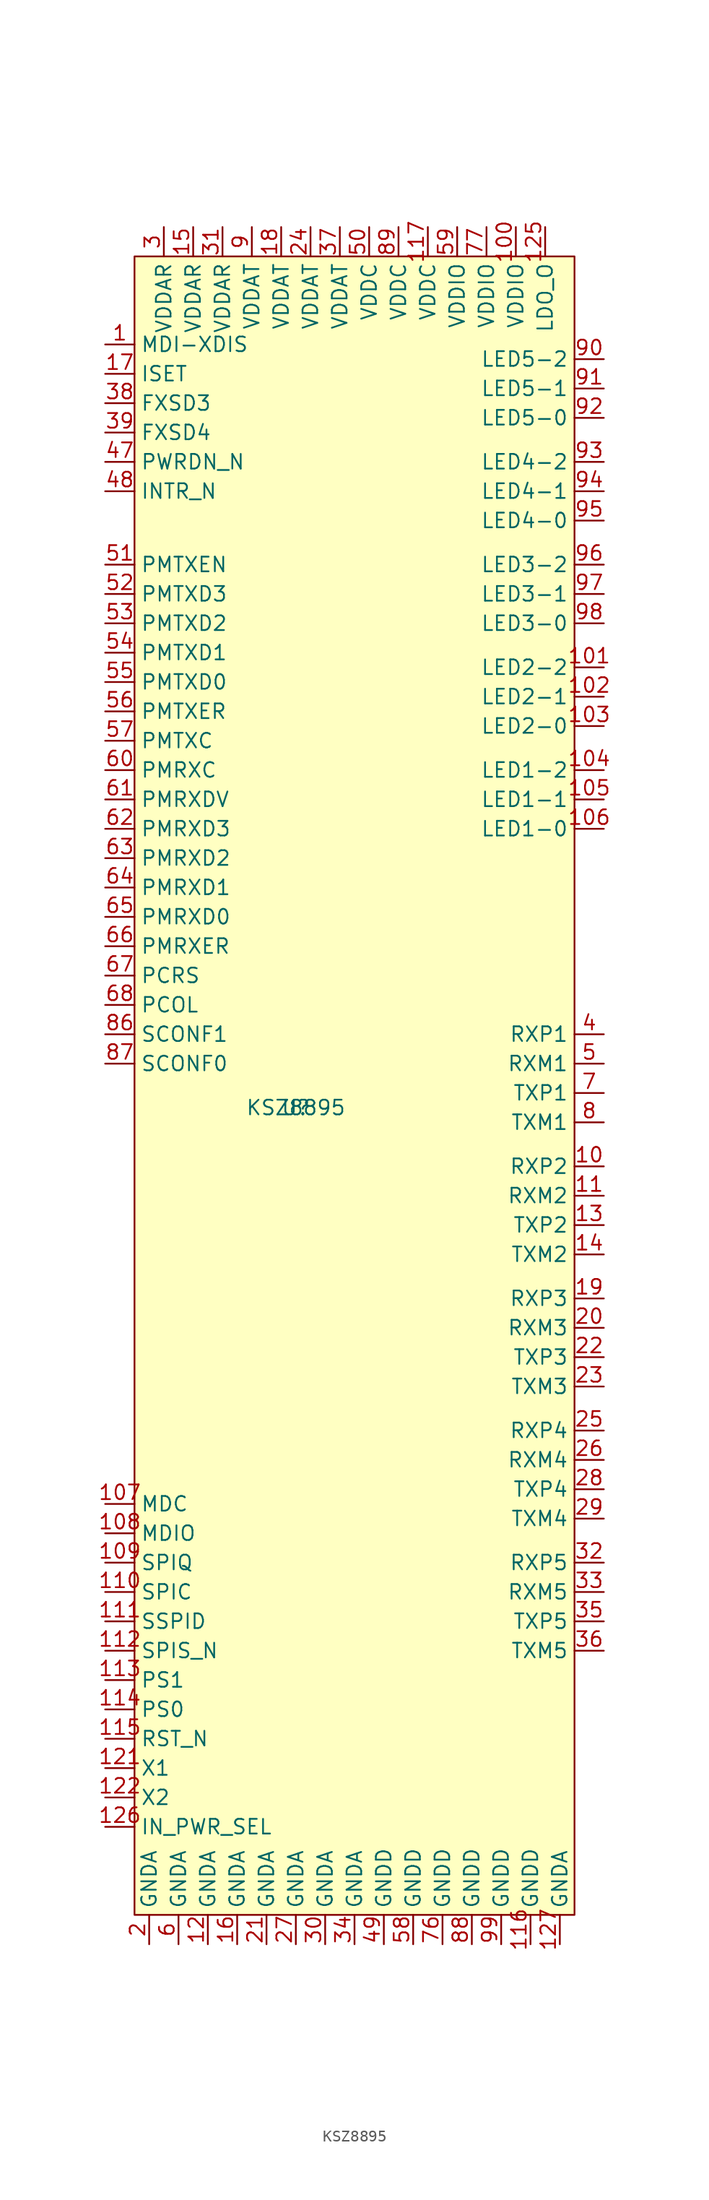
<source format=kicad_sym>
(kicad_symbol_lib
  (version 20211014)
  (generator kicad_symbol_editor)
  (symbol "KSZ8895"
    (property "Reference" "U"
      (at 0 0 0)
      (effects (font (size 1.27 1.27))))
    (property "Value" "KSZ8895"
      (at 0 0 0)
      (effects (font (size 1.27 1.27))))
    (symbol "KSZ8895_0_1"
      (rectangle (start -13.97 73.66) (end 24.13 -69.85) (stroke (width 0) (type default) (color 0 0 0 0)) (fill (type background))))
    (symbol "KSZ8895_1_1"
      (pin input line (at -16.51 66.04 0) (length 2.54) (name "MDI-XDIS" (effects (font (size 1.27 1.27)))) (number "1" (effects (font (size 1.27 1.27)))))
      (pin bidirectional line (at 26.67 -5.08 180) (length 2.54) (name "RXP2" (effects (font (size 1.27 1.27)))) (number "10" (effects (font (size 1.27 1.27)))))
      (pin power_in line (at 19.05 76.2 270) (length 2.54) (name "VDDIO" (effects (font (size 1.27 1.27)))) (number "100" (effects (font (size 1.27 1.27)))))
      (pin output line (at 26.67 38.1 180) (length 2.54) (name "LED2-2" (effects (font (size 1.27 1.27)))) (number "101" (effects (font (size 1.27 1.27)))))
      (pin output line (at 26.67 35.56 180) (length 2.54) (name "LED2-1" (effects (font (size 1.27 1.27)))) (number "102" (effects (font (size 1.27 1.27)))))
      (pin output line (at 26.67 33.02 180) (length 2.54) (name "LED2-0" (effects (font (size 1.27 1.27)))) (number "103" (effects (font (size 1.27 1.27)))))
      (pin output line (at 26.67 29.21 180) (length 2.54) (name "LED1-2" (effects (font (size 1.27 1.27)))) (number "104" (effects (font (size 1.27 1.27)))))
      (pin output line (at 26.67 26.67 180) (length 2.54) (name "LED1-1" (effects (font (size 1.27 1.27)))) (number "105" (effects (font (size 1.27 1.27)))))
      (pin output line (at 26.67 24.13 180) (length 2.54) (name "LED1-0" (effects (font (size 1.27 1.27)))) (number "106" (effects (font (size 1.27 1.27)))))
      (pin input line (at -16.51 -34.29 0) (length 2.54) (name "MDC" (effects (font (size 1.27 1.27)))) (number "107" (effects (font (size 1.27 1.27)))))
      (pin input line (at -16.51 -36.83 0) (length 2.54) (name "MDIO" (effects (font (size 1.27 1.27)))) (number "108" (effects (font (size 1.27 1.27)))))
      (pin input line (at -16.51 -39.37 0) (length 2.54) (name "SPIQ" (effects (font (size 1.27 1.27)))) (number "109" (effects (font (size 1.27 1.27)))))
      (pin bidirectional line (at 26.67 -7.62 180) (length 2.54) (name "RXM2" (effects (font (size 1.27 1.27)))) (number "11" (effects (font (size 1.27 1.27)))))
      (pin input line (at -16.51 -41.91 0) (length 2.54) (name "SPIC" (effects (font (size 1.27 1.27)))) (number "110" (effects (font (size 1.27 1.27)))))
      (pin input line (at -16.51 -44.45 0) (length 2.54) (name "SSPID" (effects (font (size 1.27 1.27)))) (number "111" (effects (font (size 1.27 1.27)))))
      (pin input line (at -16.51 -46.99 0) (length 2.54) (name "SPIS_N" (effects (font (size 1.27 1.27)))) (number "112" (effects (font (size 1.27 1.27)))))
      (pin input line (at -16.51 -49.53 0) (length 2.54) (name "PS1" (effects (font (size 1.27 1.27)))) (number "113" (effects (font (size 1.27 1.27)))))
      (pin input line (at -16.51 -52.07 0) (length 2.54) (name "PS0" (effects (font (size 1.27 1.27)))) (number "114" (effects (font (size 1.27 1.27)))))
      (pin input line (at -16.51 -54.61 0) (length 2.54) (name "RST_N" (effects (font (size 1.27 1.27)))) (number "115" (effects (font (size 1.27 1.27)))))
      (pin power_in line (at 20.32 -72.39 90) (length 2.54) (name "GNDD" (effects (font (size 1.27 1.27)))) (number "116" (effects (font (size 1.27 1.27)))))
      (pin power_in line (at 11.43 76.2 270) (length 2.54) (name "VDDC" (effects (font (size 1.27 1.27)))) (number "117" (effects (font (size 1.27 1.27)))))
      (pin power_in line (at -7.62 -72.39 90) (length 2.54) (name "GNDA" (effects (font (size 1.27 1.27)))) (number "12" (effects (font (size 1.27 1.27)))))
      (pin input line (at -16.51 -57.15 0) (length 2.54) (name "X1" (effects (font (size 1.27 1.27)))) (number "121" (effects (font (size 1.27 1.27)))))
      (pin output line (at -16.51 -59.69 0) (length 2.54) (name "X2" (effects (font (size 1.27 1.27)))) (number "122" (effects (font (size 1.27 1.27)))))
      (pin power_out line (at 21.59 76.2 270) (length 2.54) (name "LDO_O" (effects (font (size 1.27 1.27)))) (number "125" (effects (font (size 1.27 1.27)))))
      (pin input line (at -16.51 -62.23 0) (length 2.54) (name "IN_PWR_SEL" (effects (font (size 1.27 1.27)))) (number "126" (effects (font (size 1.27 1.27)))))
      (pin power_in line (at 22.86 -72.39 90) (length 2.54) (name "GNDA" (effects (font (size 1.27 1.27)))) (number "127" (effects (font (size 1.27 1.27)))))
      (pin bidirectional line (at 26.67 -10.16 180) (length 2.54) (name "TXP2" (effects (font (size 1.27 1.27)))) (number "13" (effects (font (size 1.27 1.27)))))
      (pin bidirectional line (at 26.67 -12.7 180) (length 2.54) (name "TXM2" (effects (font (size 1.27 1.27)))) (number "14" (effects (font (size 1.27 1.27)))))
      (pin power_in line (at -8.89 76.2 270) (length 2.54) (name "VDDAR" (effects (font (size 1.27 1.27)))) (number "15" (effects (font (size 1.27 1.27)))))
      (pin power_in line (at -5.08 -72.39 90) (length 2.54) (name "GNDA" (effects (font (size 1.27 1.27)))) (number "16" (effects (font (size 1.27 1.27)))))
      (pin input line (at -16.51 63.5 0) (length 2.54) (name "ISET" (effects (font (size 1.27 1.27)))) (number "17" (effects (font (size 1.27 1.27)))))
      (pin power_in line (at -1.27 76.2 270) (length 2.54) (name "VDDAT" (effects (font (size 1.27 1.27)))) (number "18" (effects (font (size 1.27 1.27)))))
      (pin bidirectional line (at 26.67 -16.51 180) (length 2.54) (name "RXP3" (effects (font (size 1.27 1.27)))) (number "19" (effects (font (size 1.27 1.27)))))
      (pin power_in line (at -12.7 -72.39 90) (length 2.54) (name "GNDA" (effects (font (size 1.27 1.27)))) (number "2" (effects (font (size 1.27 1.27)))))
      (pin bidirectional line (at 26.67 -19.05 180) (length 2.54) (name "RXM3" (effects (font (size 1.27 1.27)))) (number "20" (effects (font (size 1.27 1.27)))))
      (pin power_in line (at -2.54 -72.39 90) (length 2.54) (name "GNDA" (effects (font (size 1.27 1.27)))) (number "21" (effects (font (size 1.27 1.27)))))
      (pin bidirectional line (at 26.67 -21.59 180) (length 2.54) (name "TXP3" (effects (font (size 1.27 1.27)))) (number "22" (effects (font (size 1.27 1.27)))))
      (pin bidirectional line (at 26.67 -24.13 180) (length 2.54) (name "TXM3" (effects (font (size 1.27 1.27)))) (number "23" (effects (font (size 1.27 1.27)))))
      (pin power_in line (at 1.27 76.2 270) (length 2.54) (name "VDDAT" (effects (font (size 1.27 1.27)))) (number "24" (effects (font (size 1.27 1.27)))))
      (pin bidirectional line (at 26.67 -27.94 180) (length 2.54) (name "RXP4" (effects (font (size 1.27 1.27)))) (number "25" (effects (font (size 1.27 1.27)))))
      (pin bidirectional line (at 26.67 -30.48 180) (length 2.54) (name "RXM4" (effects (font (size 1.27 1.27)))) (number "26" (effects (font (size 1.27 1.27)))))
      (pin power_in line (at 0 -72.39 90) (length 2.54) (name "GNDA" (effects (font (size 1.27 1.27)))) (number "27" (effects (font (size 1.27 1.27)))))
      (pin bidirectional line (at 26.67 -33.02 180) (length 2.54) (name "TXP4" (effects (font (size 1.27 1.27)))) (number "28" (effects (font (size 1.27 1.27)))))
      (pin bidirectional line (at 26.67 -35.56 180) (length 2.54) (name "TXM4" (effects (font (size 1.27 1.27)))) (number "29" (effects (font (size 1.27 1.27)))))
      (pin power_in line (at -11.43 76.2 270) (length 2.54) (name "VDDAR" (effects (font (size 1.27 1.27)))) (number "3" (effects (font (size 1.27 1.27)))))
      (pin power_in line (at 2.54 -72.39 90) (length 2.54) (name "GNDA" (effects (font (size 1.27 1.27)))) (number "30" (effects (font (size 1.27 1.27)))))
      (pin power_in line (at -6.35 76.2 270) (length 2.54) (name "VDDAR" (effects (font (size 1.27 1.27)))) (number "31" (effects (font (size 1.27 1.27)))))
      (pin bidirectional line (at 26.67 -39.37 180) (length 2.54) (name "RXP5" (effects (font (size 1.27 1.27)))) (number "32" (effects (font (size 1.27 1.27)))))
      (pin bidirectional line (at 26.67 -41.91 180) (length 2.54) (name "RXM5" (effects (font (size 1.27 1.27)))) (number "33" (effects (font (size 1.27 1.27)))))
      (pin power_in line (at 5.08 -72.39 90) (length 2.54) (name "GNDA" (effects (font (size 1.27 1.27)))) (number "34" (effects (font (size 1.27 1.27)))))
      (pin bidirectional line (at 26.67 -44.45 180) (length 2.54) (name "TXP5" (effects (font (size 1.27 1.27)))) (number "35" (effects (font (size 1.27 1.27)))))
      (pin bidirectional line (at 26.67 -46.99 180) (length 2.54) (name "TXM5" (effects (font (size 1.27 1.27)))) (number "36" (effects (font (size 1.27 1.27)))))
      (pin power_in line (at 3.81 76.2 270) (length 2.54) (name "VDDAT" (effects (font (size 1.27 1.27)))) (number "37" (effects (font (size 1.27 1.27)))))
      (pin input line (at -16.51 60.96 0) (length 2.54) (name "FXSD3" (effects (font (size 1.27 1.27)))) (number "38" (effects (font (size 1.27 1.27)))))
      (pin input line (at -16.51 58.42 0) (length 2.54) (name "FXSD4" (effects (font (size 1.27 1.27)))) (number "39" (effects (font (size 1.27 1.27)))))
      (pin bidirectional line (at 26.67 6.35 180) (length 2.54) (name "RXP1" (effects (font (size 1.27 1.27)))) (number "4" (effects (font (size 1.27 1.27)))))
      (pin input line (at -16.51 55.88 0) (length 2.54) (name "PWRDN_N" (effects (font (size 1.27 1.27)))) (number "47" (effects (font (size 1.27 1.27)))))
      (pin output line (at -16.51 53.34 0) (length 2.54) (name "INTR_N" (effects (font (size 1.27 1.27)))) (number "48" (effects (font (size 1.27 1.27)))))
      (pin power_in line (at 7.62 -72.39 90) (length 2.54) (name "GNDD" (effects (font (size 1.27 1.27)))) (number "49" (effects (font (size 1.27 1.27)))))
      (pin bidirectional line (at 26.67 3.81 180) (length 2.54) (name "RXM1" (effects (font (size 1.27 1.27)))) (number "5" (effects (font (size 1.27 1.27)))))
      (pin power_in line (at 6.35 76.2 270) (length 2.54) (name "VDDC" (effects (font (size 1.27 1.27)))) (number "50" (effects (font (size 1.27 1.27)))))
      (pin input line (at -16.51 46.99 0) (length 2.54) (name "PMTXEN" (effects (font (size 1.27 1.27)))) (number "51" (effects (font (size 1.27 1.27)))))
      (pin input line (at -16.51 44.45 0) (length 2.54) (name "PMTXD3" (effects (font (size 1.27 1.27)))) (number "52" (effects (font (size 1.27 1.27)))))
      (pin input line (at -16.51 41.91 0) (length 2.54) (name "PMTXD2" (effects (font (size 1.27 1.27)))) (number "53" (effects (font (size 1.27 1.27)))))
      (pin input line (at -16.51 39.37 0) (length 2.54) (name "PMTXD1" (effects (font (size 1.27 1.27)))) (number "54" (effects (font (size 1.27 1.27)))))
      (pin input line (at -16.51 36.83 0) (length 2.54) (name "PMTXD0" (effects (font (size 1.27 1.27)))) (number "55" (effects (font (size 1.27 1.27)))))
      (pin input line (at -16.51 34.29 0) (length 2.54) (name "PMTXER" (effects (font (size 1.27 1.27)))) (number "56" (effects (font (size 1.27 1.27)))))
      (pin bidirectional line (at -16.51 31.75 0) (length 2.54) (name "PMTXC" (effects (font (size 1.27 1.27)))) (number "57" (effects (font (size 1.27 1.27)))))
      (pin power_in line (at 10.16 -72.39 90) (length 2.54) (name "GNDD" (effects (font (size 1.27 1.27)))) (number "58" (effects (font (size 1.27 1.27)))))
      (pin power_in line (at 13.97 76.2 270) (length 2.54) (name "VDDIO" (effects (font (size 1.27 1.27)))) (number "59" (effects (font (size 1.27 1.27)))))
      (pin power_in line (at -10.16 -72.39 90) (length 2.54) (name "GNDA" (effects (font (size 1.27 1.27)))) (number "6" (effects (font (size 1.27 1.27)))))
      (pin bidirectional line (at -16.51 29.21 0) (length 2.54) (name "PMRXC" (effects (font (size 1.27 1.27)))) (number "60" (effects (font (size 1.27 1.27)))))
      (pin bidirectional line (at -16.51 26.67 0) (length 2.54) (name "PMRXDV" (effects (font (size 1.27 1.27)))) (number "61" (effects (font (size 1.27 1.27)))))
      (pin output line (at -16.51 24.13 0) (length 2.54) (name "PMRXD3" (effects (font (size 1.27 1.27)))) (number "62" (effects (font (size 1.27 1.27)))))
      (pin output line (at -16.51 21.59 0) (length 2.54) (name "PMRXD2" (effects (font (size 1.27 1.27)))) (number "63" (effects (font (size 1.27 1.27)))))
      (pin output line (at -16.51 19.05 0) (length 2.54) (name "PMRXD1" (effects (font (size 1.27 1.27)))) (number "64" (effects (font (size 1.27 1.27)))))
      (pin output line (at -16.51 16.51 0) (length 2.54) (name "PMRXD0" (effects (font (size 1.27 1.27)))) (number "65" (effects (font (size 1.27 1.27)))))
      (pin output line (at -16.51 13.97 0) (length 2.54) (name "PMRXER" (effects (font (size 1.27 1.27)))) (number "66" (effects (font (size 1.27 1.27)))))
      (pin output line (at -16.51 11.43 0) (length 2.54) (name "PCRS" (effects (font (size 1.27 1.27)))) (number "67" (effects (font (size 1.27 1.27)))))
      (pin output line (at -16.51 8.89 0) (length 2.54) (name "PCOL" (effects (font (size 1.27 1.27)))) (number "68" (effects (font (size 1.27 1.27)))))
      (pin bidirectional line (at 26.67 1.27 180) (length 2.54) (name "TXP1" (effects (font (size 1.27 1.27)))) (number "7" (effects (font (size 1.27 1.27)))))
      (pin power_in line (at 12.7 -72.39 90) (length 2.54) (name "GNDD" (effects (font (size 1.27 1.27)))) (number "76" (effects (font (size 1.27 1.27)))))
      (pin power_in line (at 16.51 76.2 270) (length 2.54) (name "VDDIO" (effects (font (size 1.27 1.27)))) (number "77" (effects (font (size 1.27 1.27)))))
      (pin bidirectional line (at 26.67 -1.27 180) (length 2.54) (name "TXM1" (effects (font (size 1.27 1.27)))) (number "8" (effects (font (size 1.27 1.27)))))
      (pin input line (at -16.51 6.35 0) (length 2.54) (name "SCONF1" (effects (font (size 1.27 1.27)))) (number "86" (effects (font (size 1.27 1.27)))))
      (pin input line (at -16.51 3.81 0) (length 2.54) (name "SCONF0" (effects (font (size 1.27 1.27)))) (number "87" (effects (font (size 1.27 1.27)))))
      (pin power_in line (at 15.24 -72.39 90) (length 2.54) (name "GNDD" (effects (font (size 1.27 1.27)))) (number "88" (effects (font (size 1.27 1.27)))))
      (pin power_in line (at 8.89 76.2 270) (length 2.54) (name "VDDC" (effects (font (size 1.27 1.27)))) (number "89" (effects (font (size 1.27 1.27)))))
      (pin power_in line (at -3.81 76.2 270) (length 2.54) (name "VDDAT" (effects (font (size 1.27 1.27)))) (number "9" (effects (font (size 1.27 1.27)))))
      (pin output line (at 26.67 64.77 180) (length 2.54) (name "LED5-2" (effects (font (size 1.27 1.27)))) (number "90" (effects (font (size 1.27 1.27)))))
      (pin output line (at 26.67 62.23 180) (length 2.54) (name "LED5-1" (effects (font (size 1.27 1.27)))) (number "91" (effects (font (size 1.27 1.27)))))
      (pin output line (at 26.67 59.69 180) (length 2.54) (name "LED5-0" (effects (font (size 1.27 1.27)))) (number "92" (effects (font (size 1.27 1.27)))))
      (pin output line (at 26.67 55.88 180) (length 2.54) (name "LED4-2" (effects (font (size 1.27 1.27)))) (number "93" (effects (font (size 1.27 1.27)))))
      (pin output line (at 26.67 53.34 180) (length 2.54) (name "LED4-1" (effects (font (size 1.27 1.27)))) (number "94" (effects (font (size 1.27 1.27)))))
      (pin output line (at 26.67 50.8 180) (length 2.54) (name "LED4-0" (effects (font (size 1.27 1.27)))) (number "95" (effects (font (size 1.27 1.27)))))
      (pin output line (at 26.67 46.99 180) (length 2.54) (name "LED3-2" (effects (font (size 1.27 1.27)))) (number "96" (effects (font (size 1.27 1.27)))))
      (pin output line (at 26.67 44.45 180) (length 2.54) (name "LED3-1" (effects (font (size 1.27 1.27)))) (number "97" (effects (font (size 1.27 1.27)))))
      (pin output line (at 26.67 41.91 180) (length 2.54) (name "LED3-0" (effects (font (size 1.27 1.27)))) (number "98" (effects (font (size 1.27 1.27)))))
      (pin power_in line (at 17.78 -72.39 90) (length 2.54) (name "GNDD" (effects (font (size 1.27 1.27)))) (number "99" (effects (font (size 1.27 1.27))))))))
</source>
